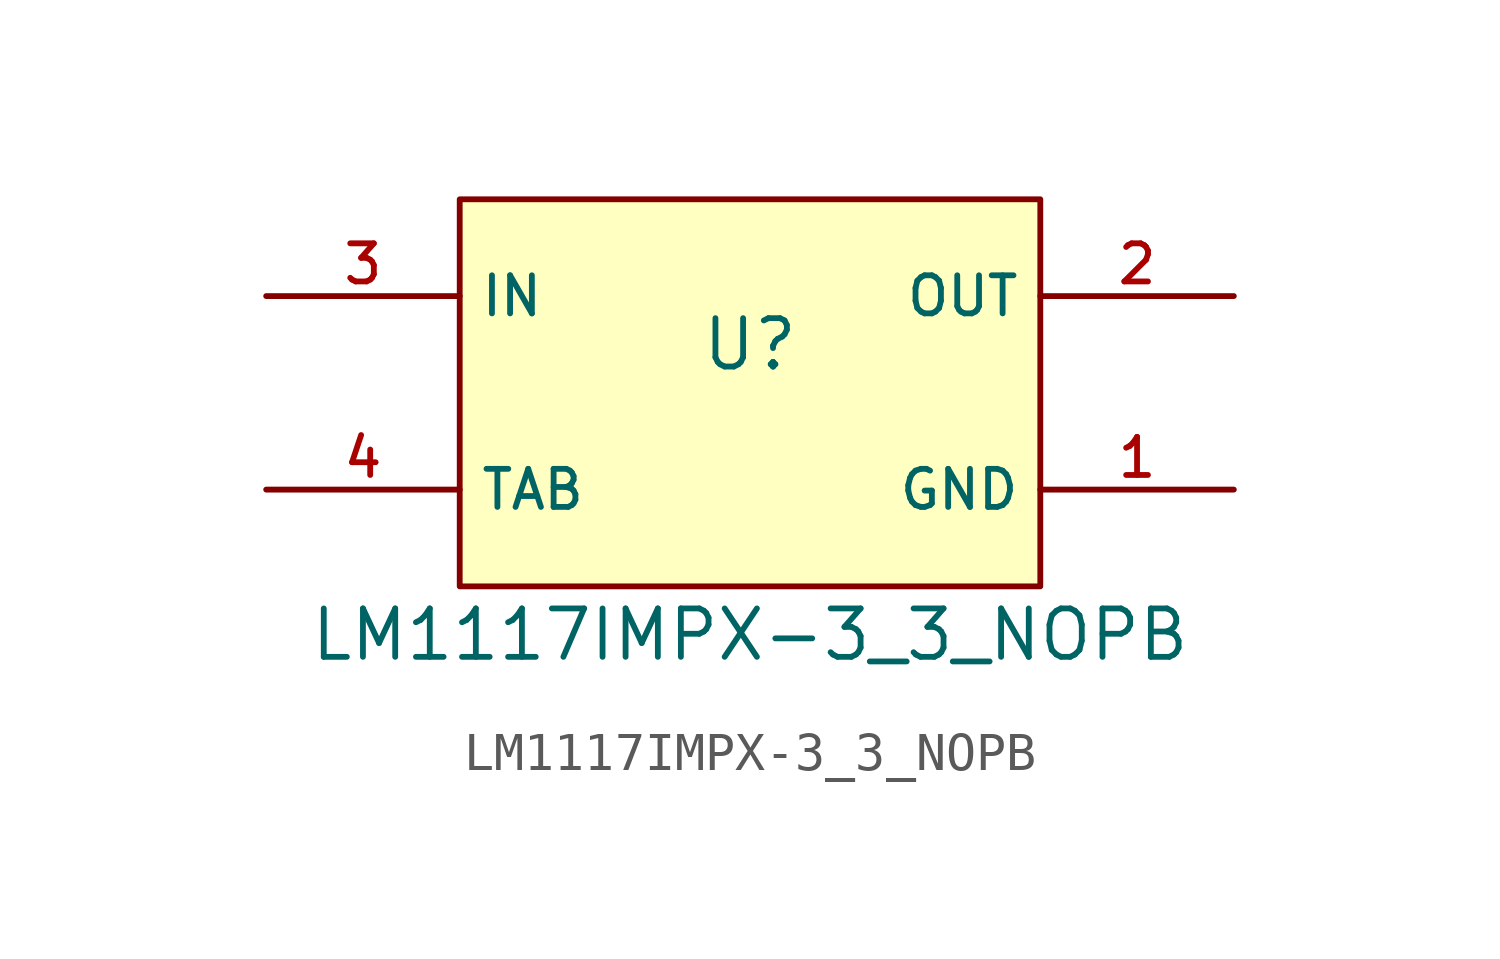
<source format=kicad_sym>
(kicad_symbol_lib
  (version 20220914)
  (generator kicad_symbol_editor)
  (symbol "LM1117IMPX-3_3_NOPB"
    (property "Reference" "U"
      (at 0 1.27 0)
      (effects (font (size 1.27 1.27))))
    (property "Value" "LM1117IMPX-3_3_NOPB"
      (at 0 -6.35 0)
      (effects (font (size 1.27 1.27))))
    (symbol "LM1117IMPX-3_3_NOPB_0_1"
      (rectangle (start -7.62 5.08) (end 7.62 -5.08) (stroke (width 0) (type default)) (fill (type background))))
    (symbol "LM1117IMPX-3_3_NOPB_1_1"
      (pin unspecified line (at 12.7 -2.54 180) (length 5.08) (name "GND" (effects (font (size 1 1)))) (number "1" (effects (font (size 1 1)))))
      (pin unspecified line (at 12.7 2.54 180) (length 5.08) (name "OUT" (effects (font (size 1 1)))) (number "2" (effects (font (size 1 1)))))
      (pin unspecified line (at -12.7 2.54 0) (length 5.08) (name "IN" (effects (font (size 1 1)))) (number "3" (effects (font (size 1 1)))))
      (pin unspecified line (at -12.7 -2.54 0) (length 5.08) (name "TAB" (effects (font (size 1 1)))) (number "4" (effects (font (size 1 1))))))))
</source>
